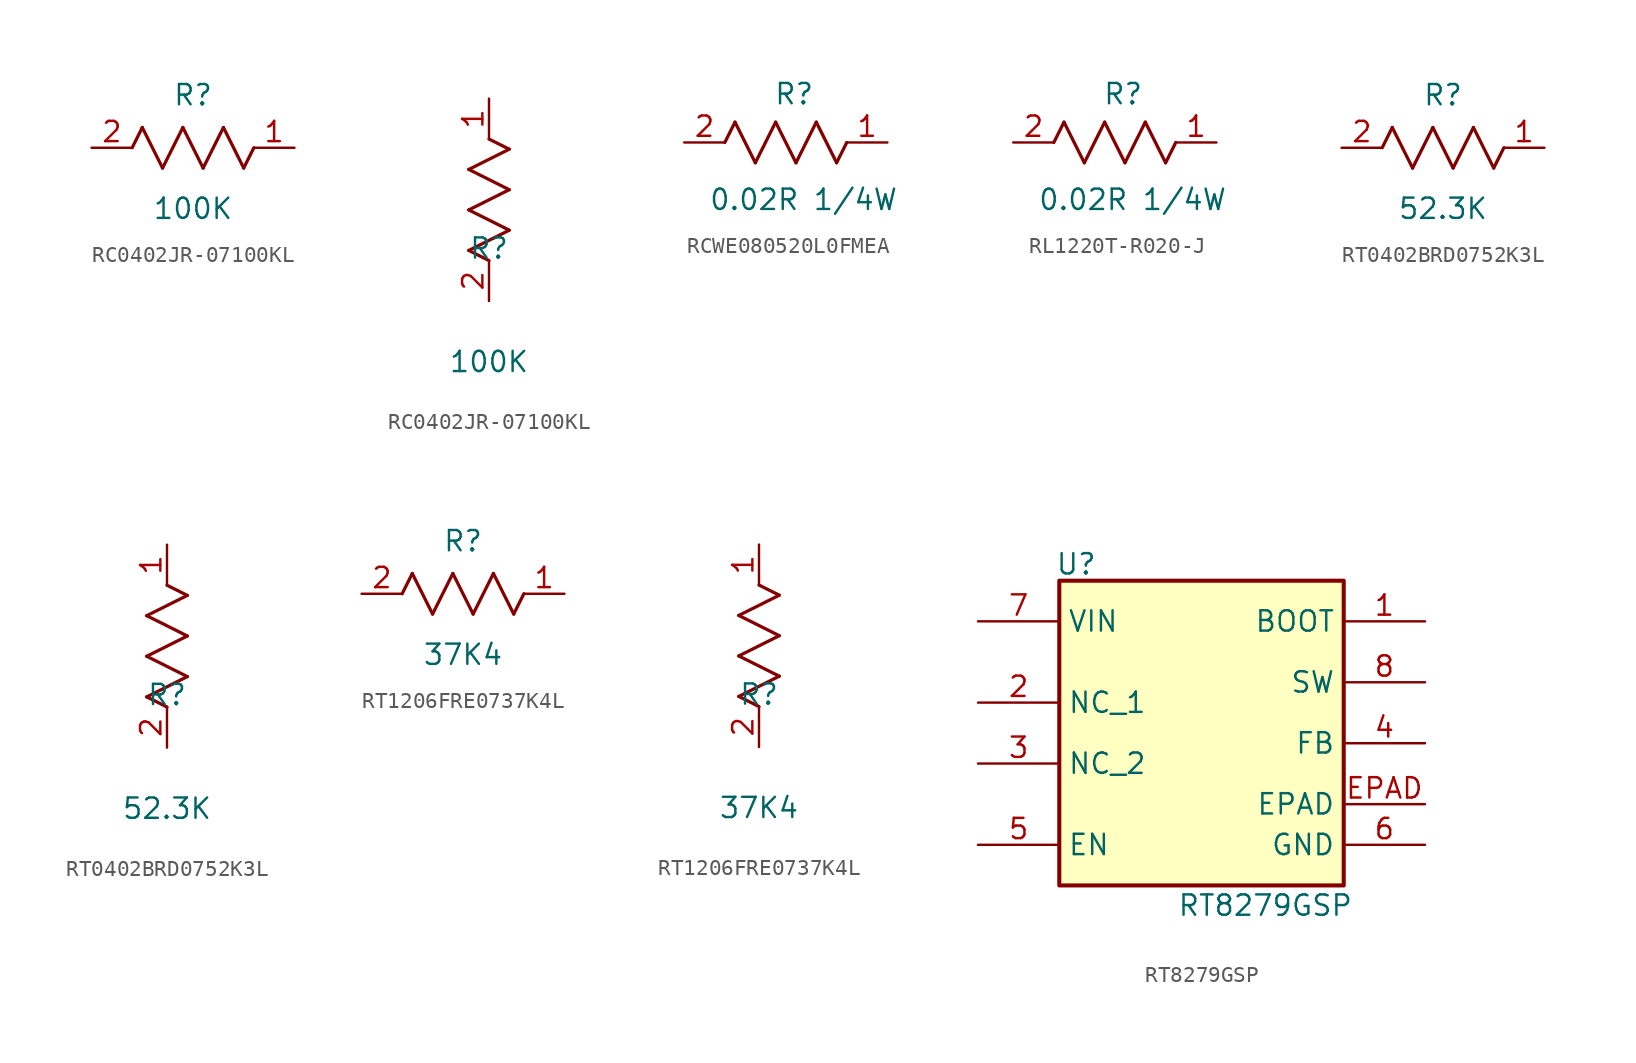
<source format=kicad_sym>
(kicad_symbol_lib
  (version 20241209)
  (generator "kicad_symbol_editor")
  (generator_version "9.0")
  (symbol "RC0402JR-07100KL"
    (pin_names
      (offset 0.254))
    (property "Reference" "R"
      (at 0 3.302 0)
      (effects (font (size 1.27 1.27))))
    (property "Value" "100K"
      (at 0 -3.81 0)
      (effects (font (size 1.27 1.27))))
    (symbol "RC0402JR-07100KL_1_1"
      (polyline (pts (xy -3.81 0) (xy -3.175 1.27)) (stroke (width 0.203) (type default)) (fill (type none)))
      (polyline (pts (xy -3.175 1.27) (xy -1.905 -1.27)) (stroke (width 0.203) (type default)) (fill (type none)))
      (polyline (pts (xy -1.905 -1.27) (xy -0.635 1.27)) (stroke (width 0.203) (type default)) (fill (type none)))
      (polyline (pts (xy -0.635 1.27) (xy 0.635 -1.27)) (stroke (width 0.203) (type default)) (fill (type none)))
      (polyline (pts (xy 0.635 -1.27) (xy 1.905 1.27)) (stroke (width 0.203) (type default)) (fill (type none)))
      (polyline (pts (xy 1.905 1.27) (xy 3.175 -1.27)) (stroke (width 0.203) (type default)) (fill (type none)))
      (polyline (pts (xy 3.175 -1.27) (xy 3.81 0)) (stroke (width 0.203) (type default)) (fill (type none)))
      (pin passive line (at -6.35 0 0) (length 2.54) (name "" (effects (font (size 1.27 1.27)))) (number "2" (effects (font (size 1.27 1.27)))))
      (pin passive line (at 6.35 0 180) (length 2.54) (name "" (effects (font (size 1.27 1.27)))) (number "1" (effects (font (size 1.27 1.27))))))
    (symbol "RC0402JR-07100KL_1_2"
      (polyline (pts (xy -1.27 8.255) (xy 1.27 9.525)) (stroke (width 0.203) (type default)) (fill (type none)))
      (polyline (pts (xy -1.27 5.715) (xy 1.27 6.985)) (stroke (width 0.203) (type default)) (fill (type none)))
      (polyline (pts (xy -1.27 3.175) (xy 1.27 4.445)) (stroke (width 0.203) (type default)) (fill (type none)))
      (polyline (pts (xy 0 2.54) (xy -1.27 3.175)) (stroke (width 0.203) (type default)) (fill (type none)))
      (polyline (pts (xy 1.27 9.525) (xy 0 10.16)) (stroke (width 0.203) (type default)) (fill (type none)))
      (polyline (pts (xy 1.27 6.985) (xy -1.27 8.255)) (stroke (width 0.203) (type default)) (fill (type none)))
      (polyline (pts (xy 1.27 4.445) (xy -1.27 5.715)) (stroke (width 0.203) (type default)) (fill (type none)))
      (pin unspecified line (at 0 12.7 270) (length 2.54) (name "" (effects (font (size 1.27 1.27)))) (number "1" (effects (font (size 1.27 1.27)))))
      (pin unspecified line (at 0 0 90) (length 2.54) (name "" (effects (font (size 1.27 1.27)))) (number "2" (effects (font (size 1.27 1.27)))))))
  (symbol "RCWE080520L0FMEA"
    (pin_names
      (offset 1.016))
    (property "Reference" "R"
      (at -0.762 2.286 0)
      (effects (font (size 1.27 1.27)) (justify left bottom)))
    (property "Value" "0.02R 1/4W"
      (at -4.826 -4.318 0)
      (effects (font (size 1.27 1.27)) (justify left bottom)))
    (symbol "RCWE080520L0FMEA_1_1"
      (polyline (pts (xy -3.81 0) (xy -3.175 1.27)) (stroke (width 0.203) (type default)) (fill (type none)))
      (polyline (pts (xy -3.175 1.27) (xy -1.905 -1.27)) (stroke (width 0.203) (type default)) (fill (type none)))
      (polyline (pts (xy -1.905 -1.27) (xy -0.635 1.27)) (stroke (width 0.203) (type default)) (fill (type none)))
      (polyline (pts (xy -0.635 1.27) (xy 0.635 -1.27)) (stroke (width 0.203) (type default)) (fill (type none)))
      (polyline (pts (xy 0.635 -1.27) (xy 1.905 1.27)) (stroke (width 0.203) (type default)) (fill (type none)))
      (polyline (pts (xy 1.905 1.27) (xy 3.175 -1.27)) (stroke (width 0.203) (type default)) (fill (type none)))
      (polyline (pts (xy 3.175 -1.27) (xy 3.81 0)) (stroke (width 0.203) (type default)) (fill (type none)))
      (pin passive line (at -6.35 0 0) (length 2.54) (name "" (effects (font (size 1.27 1.27)))) (number "2" (effects (font (size 1.27 1.27)))))
      (pin passive line (at 6.35 0 180) (length 2.54) (name "" (effects (font (size 1.27 1.27)))) (number "1" (effects (font (size 1.27 1.27)))))))
  (symbol "RL1220T-R020-J"
    (pin_names
      (offset 1.016))
    (property "Reference" "R"
      (at -0.762 2.286 0)
      (effects (font (size 1.27 1.27)) (justify left bottom)))
    (property "Value" "0.02R 1/4W"
      (at -4.826 -4.318 0)
      (effects (font (size 1.27 1.27)) (justify left bottom)))
    (symbol "RL1220T-R020-J_1_1"
      (polyline (pts (xy -3.81 0) (xy -3.175 1.27)) (stroke (width 0.203) (type default)) (fill (type none)))
      (polyline (pts (xy -3.175 1.27) (xy -1.905 -1.27)) (stroke (width 0.203) (type default)) (fill (type none)))
      (polyline (pts (xy -1.905 -1.27) (xy -0.635 1.27)) (stroke (width 0.203) (type default)) (fill (type none)))
      (polyline (pts (xy -0.635 1.27) (xy 0.635 -1.27)) (stroke (width 0.203) (type default)) (fill (type none)))
      (polyline (pts (xy 0.635 -1.27) (xy 1.905 1.27)) (stroke (width 0.203) (type default)) (fill (type none)))
      (polyline (pts (xy 1.905 1.27) (xy 3.175 -1.27)) (stroke (width 0.203) (type default)) (fill (type none)))
      (polyline (pts (xy 3.175 -1.27) (xy 3.81 0)) (stroke (width 0.203) (type default)) (fill (type none)))
      (pin passive line (at -6.35 0 0) (length 2.54) (name "" (effects (font (size 1.27 1.27)))) (number "2" (effects (font (size 1.27 1.27)))))
      (pin passive line (at 6.35 0 180) (length 2.54) (name "" (effects (font (size 1.27 1.27)))) (number "1" (effects (font (size 1.27 1.27)))))))
  (symbol "RT0402BRD0752K3L"
    (pin_names
      (offset 0.254))
    (property "Reference" "R"
      (at 0 3.302 0)
      (effects (font (size 1.27 1.27))))
    (property "Value" "52.3K"
      (at 0 -3.81 0)
      (effects (font (size 1.27 1.27))))
    (symbol "RT0402BRD0752K3L_1_1"
      (polyline (pts (xy -3.81 0) (xy -3.175 1.27)) (stroke (width 0.203) (type default)) (fill (type none)))
      (polyline (pts (xy -3.175 1.27) (xy -1.905 -1.27)) (stroke (width 0.203) (type default)) (fill (type none)))
      (polyline (pts (xy -1.905 -1.27) (xy -0.635 1.27)) (stroke (width 0.203) (type default)) (fill (type none)))
      (polyline (pts (xy -0.635 1.27) (xy 0.635 -1.27)) (stroke (width 0.203) (type default)) (fill (type none)))
      (polyline (pts (xy 0.635 -1.27) (xy 1.905 1.27)) (stroke (width 0.203) (type default)) (fill (type none)))
      (polyline (pts (xy 1.905 1.27) (xy 3.175 -1.27)) (stroke (width 0.203) (type default)) (fill (type none)))
      (polyline (pts (xy 3.175 -1.27) (xy 3.81 0)) (stroke (width 0.203) (type default)) (fill (type none)))
      (pin passive line (at -6.35 0 0) (length 2.54) (name "" (effects (font (size 1.27 1.27)))) (number "2" (effects (font (size 1.27 1.27)))))
      (pin passive line (at 6.35 0 180) (length 2.54) (name "" (effects (font (size 1.27 1.27)))) (number "1" (effects (font (size 1.27 1.27))))))
    (symbol "RT0402BRD0752K3L_1_2"
      (polyline (pts (xy -1.27 8.255) (xy 1.27 9.525)) (stroke (width 0.203) (type default)) (fill (type none)))
      (polyline (pts (xy -1.27 5.715) (xy 1.27 6.985)) (stroke (width 0.203) (type default)) (fill (type none)))
      (polyline (pts (xy -1.27 3.175) (xy 1.27 4.445)) (stroke (width 0.203) (type default)) (fill (type none)))
      (polyline (pts (xy 0 2.54) (xy -1.27 3.175)) (stroke (width 0.203) (type default)) (fill (type none)))
      (polyline (pts (xy 1.27 9.525) (xy 0 10.16)) (stroke (width 0.203) (type default)) (fill (type none)))
      (polyline (pts (xy 1.27 6.985) (xy -1.27 8.255)) (stroke (width 0.203) (type default)) (fill (type none)))
      (polyline (pts (xy 1.27 4.445) (xy -1.27 5.715)) (stroke (width 0.203) (type default)) (fill (type none)))
      (pin unspecified line (at 0 12.7 270) (length 2.54) (name "" (effects (font (size 1.27 1.27)))) (number "1" (effects (font (size 1.27 1.27)))))
      (pin unspecified line (at 0 0 90) (length 2.54) (name "" (effects (font (size 1.27 1.27)))) (number "2" (effects (font (size 1.27 1.27)))))))
  (symbol "RT1206FRE0737K4L"
    (pin_names
      (offset 0.254))
    (property "Reference" "R"
      (at 0 3.302 0)
      (effects (font (size 1.27 1.27))))
    (property "Value" "37K4"
      (at 0 -3.81 0)
      (effects (font (size 1.27 1.27))))
    (symbol "RT1206FRE0737K4L_1_1"
      (polyline (pts (xy -3.81 0) (xy -3.175 1.27)) (stroke (width 0.203) (type default)) (fill (type none)))
      (polyline (pts (xy -3.175 1.27) (xy -1.905 -1.27)) (stroke (width 0.203) (type default)) (fill (type none)))
      (polyline (pts (xy -1.905 -1.27) (xy -0.635 1.27)) (stroke (width 0.203) (type default)) (fill (type none)))
      (polyline (pts (xy -0.635 1.27) (xy 0.635 -1.27)) (stroke (width 0.203) (type default)) (fill (type none)))
      (polyline (pts (xy 0.635 -1.27) (xy 1.905 1.27)) (stroke (width 0.203) (type default)) (fill (type none)))
      (polyline (pts (xy 1.905 1.27) (xy 3.175 -1.27)) (stroke (width 0.203) (type default)) (fill (type none)))
      (polyline (pts (xy 3.175 -1.27) (xy 3.81 0)) (stroke (width 0.203) (type default)) (fill (type none)))
      (pin passive line (at -6.35 0 0) (length 2.54) (name "" (effects (font (size 1.27 1.27)))) (number "2" (effects (font (size 1.27 1.27)))))
      (pin passive line (at 6.35 0 180) (length 2.54) (name "" (effects (font (size 1.27 1.27)))) (number "1" (effects (font (size 1.27 1.27))))))
    (symbol "RT1206FRE0737K4L_1_2"
      (polyline (pts (xy -1.27 8.255) (xy 1.27 9.525)) (stroke (width 0.203) (type default)) (fill (type none)))
      (polyline (pts (xy -1.27 5.715) (xy 1.27 6.985)) (stroke (width 0.203) (type default)) (fill (type none)))
      (polyline (pts (xy -1.27 3.175) (xy 1.27 4.445)) (stroke (width 0.203) (type default)) (fill (type none)))
      (polyline (pts (xy 0 2.54) (xy -1.27 3.175)) (stroke (width 0.203) (type default)) (fill (type none)))
      (polyline (pts (xy 1.27 9.525) (xy 0 10.16)) (stroke (width 0.203) (type default)) (fill (type none)))
      (polyline (pts (xy 1.27 6.985) (xy -1.27 8.255)) (stroke (width 0.203) (type default)) (fill (type none)))
      (polyline (pts (xy 1.27 4.445) (xy -1.27 5.715)) (stroke (width 0.203) (type default)) (fill (type none)))
      (pin unspecified line (at 0 12.7 270) (length 2.54) (name "" (effects (font (size 1.27 1.27)))) (number "1" (effects (font (size 1.27 1.27)))))
      (pin unspecified line (at 0 0 90) (length 2.54) (name "" (effects (font (size 1.27 1.27)))) (number "2" (effects (font (size 1.27 1.27)))))))
  (symbol "RT8279GSP"
    (property "Reference" "U"
      (at -9.144 9.398 0)
      (effects (font (size 1.27 1.27)) (justify left top)))
    (property "Value" "RT8279GSP"
      (at -1.524 -11.938 0)
      (effects (font (size 1.27 1.27)) (justify left top)))
    (symbol "RT8279GSP_1_1"
      (rectangle (start -8.89 7.62) (end 8.89 -11.43) (stroke (width 0.254) (type default)) (fill (type background)))
      (pin passive line (at -13.97 5.08 0) (length 5.08) (name "VIN" (effects (font (size 1.27 1.27)))) (number "7" (effects (font (size 1.27 1.27)))))
      (pin passive line (at -13.97 0 0) (length 5.08) (name "NC_1" (effects (font (size 1.27 1.27)))) (number "2" (effects (font (size 1.27 1.27)))))
      (pin passive line (at -13.97 -3.81 0) (length 5.08) (name "NC_2" (effects (font (size 1.27 1.27)))) (number "3" (effects (font (size 1.27 1.27)))))
      (pin passive line (at -13.97 -8.89 0) (length 5.08) (name "EN" (effects (font (size 1.27 1.27)))) (number "5" (effects (font (size 1.27 1.27)))))
      (pin passive line (at 13.97 5.08 180) (length 5.08) (name "BOOT" (effects (font (size 1.27 1.27)))) (number "1" (effects (font (size 1.27 1.27)))))
      (pin passive line (at 13.97 1.27 180) (length 5.08) (name "SW" (effects (font (size 1.27 1.27)))) (number "8" (effects (font (size 1.27 1.27)))))
      (pin passive line (at 13.97 -2.54 180) (length 5.08) (name "FB" (effects (font (size 1.27 1.27)))) (number "4" (effects (font (size 1.27 1.27)))))
      (pin passive line (at 13.97 -6.35 180) (length 5.08) (name "EPAD" (effects (font (size 1.27 1.27)))) (number "EPAD" (effects (font (size 1.27 1.27)))))
      (pin passive line (at 13.97 -8.89 180) (length 5.08) (name "GND" (effects (font (size 1.27 1.27)))) (number "6" (effects (font (size 1.27 1.27))))))))
</source>
